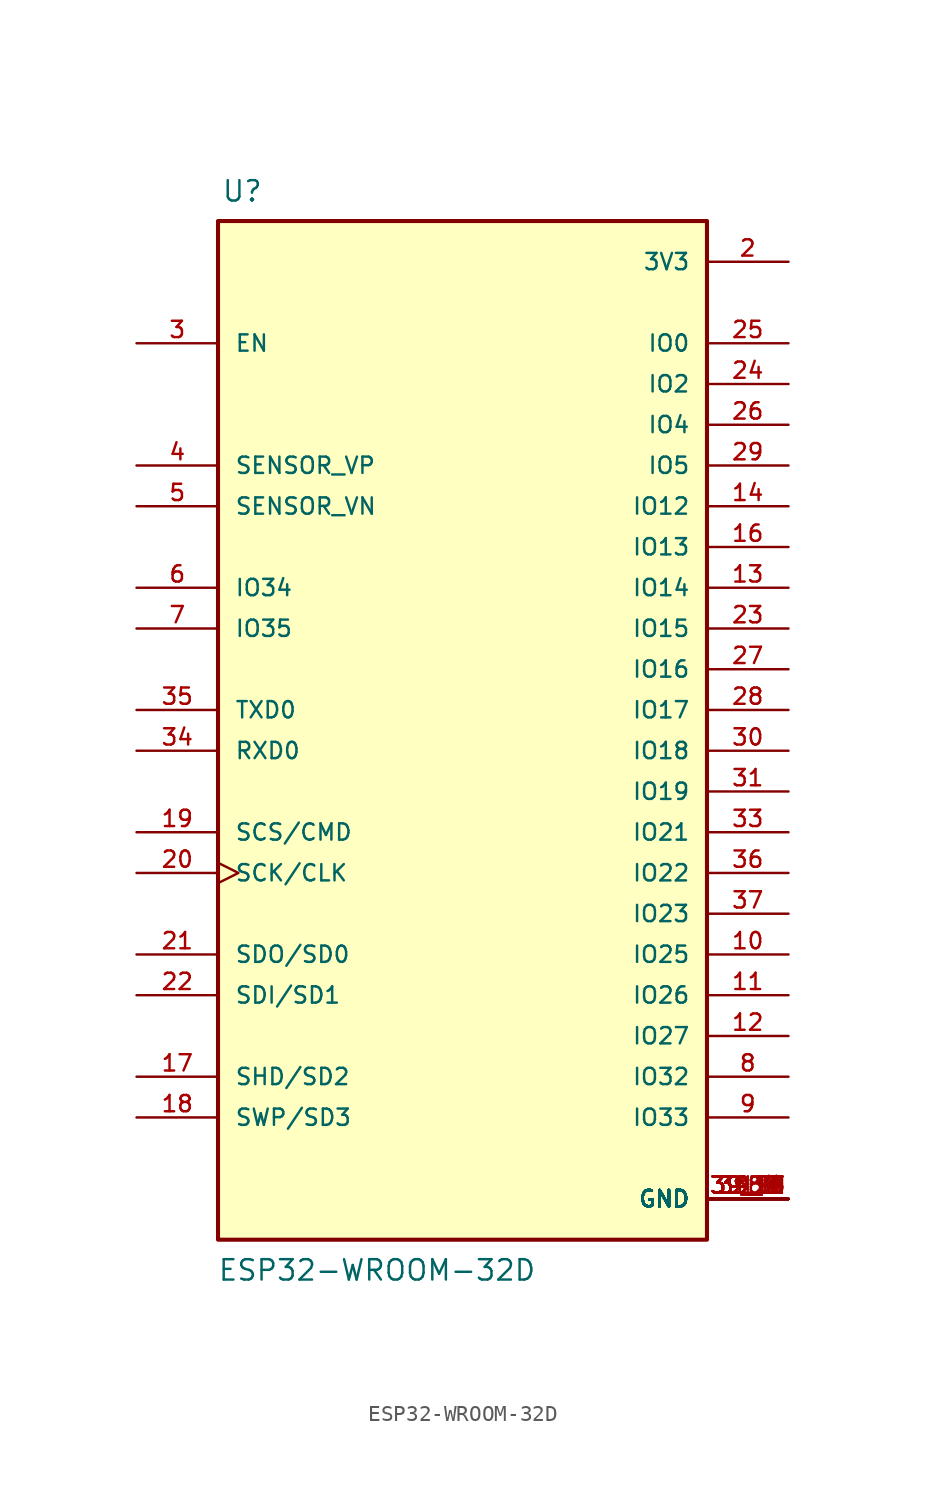
<source format=kicad_sym>
(kicad_symbol_lib
  (version 20231120)
  (generator "kicad_symbol_editor")
  (generator_version "8.0")
  (symbol "ESP32-WROOM-32D"
    (pin_names
      (offset 1.016))
    (property "Reference" "U"
      (at -15.036 31.595 0)
      (effects (font (size 1.27 1.27)) (justify left bottom)))
    (property "Value" "ESP32-WROOM-32D"
      (at -15.287 -35.668 0)
      (effects (font (size 1.27 1.27)) (justify left bottom)))
    (symbol "ESP32-WROOM-32D_0_0"
      (rectangle (start -15.24 -33.02) (end 15.24 30.48) (stroke (width 0.254) (type default)) (fill (type background)))
      (pin power_in line (at 20.32 -30.48 180) (length 5.08) (name "GND" (effects (font (size 1.016 1.016)))) (number "1" (effects (font (size 1.016 1.016)))))
      (pin bidirectional line (at 20.32 -15.24 180) (length 5.08) (name "IO25" (effects (font (size 1.016 1.016)))) (number "10" (effects (font (size 1.016 1.016)))))
      (pin bidirectional line (at 20.32 -17.78 180) (length 5.08) (name "IO26" (effects (font (size 1.016 1.016)))) (number "11" (effects (font (size 1.016 1.016)))))
      (pin bidirectional line (at 20.32 -20.32 180) (length 5.08) (name "IO27" (effects (font (size 1.016 1.016)))) (number "12" (effects (font (size 1.016 1.016)))))
      (pin bidirectional line (at 20.32 7.62 180) (length 5.08) (name "IO14" (effects (font (size 1.016 1.016)))) (number "13" (effects (font (size 1.016 1.016)))))
      (pin bidirectional line (at 20.32 12.7 180) (length 5.08) (name "IO12" (effects (font (size 1.016 1.016)))) (number "14" (effects (font (size 1.016 1.016)))))
      (pin power_in line (at 20.32 -30.48 180) (length 5.08) (name "GND" (effects (font (size 1.016 1.016)))) (number "15" (effects (font (size 1.016 1.016)))))
      (pin bidirectional line (at 20.32 10.16 180) (length 5.08) (name "IO13" (effects (font (size 1.016 1.016)))) (number "16" (effects (font (size 1.016 1.016)))))
      (pin bidirectional line (at -20.32 -22.86 0) (length 5.08) (name "SHD/SD2" (effects (font (size 1.016 1.016)))) (number "17" (effects (font (size 1.016 1.016)))))
      (pin bidirectional line (at -20.32 -25.4 0) (length 5.08) (name "SWP/SD3" (effects (font (size 1.016 1.016)))) (number "18" (effects (font (size 1.016 1.016)))))
      (pin bidirectional line (at -20.32 -7.62 0) (length 5.08) (name "SCS/CMD" (effects (font (size 1.016 1.016)))) (number "19" (effects (font (size 1.016 1.016)))))
      (pin power_in line (at 20.32 27.94 180) (length 5.08) (name "3V3" (effects (font (size 1.016 1.016)))) (number "2" (effects (font (size 1.016 1.016)))))
      (pin bidirectional clock (at -20.32 -10.16 0) (length 5.08) (name "SCK/CLK" (effects (font (size 1.016 1.016)))) (number "20" (effects (font (size 1.016 1.016)))))
      (pin bidirectional line (at -20.32 -15.24 0) (length 5.08) (name "SDO/SD0" (effects (font (size 1.016 1.016)))) (number "21" (effects (font (size 1.016 1.016)))))
      (pin bidirectional line (at -20.32 -17.78 0) (length 5.08) (name "SDI/SD1" (effects (font (size 1.016 1.016)))) (number "22" (effects (font (size 1.016 1.016)))))
      (pin bidirectional line (at 20.32 5.08 180) (length 5.08) (name "IO15" (effects (font (size 1.016 1.016)))) (number "23" (effects (font (size 1.016 1.016)))))
      (pin bidirectional line (at 20.32 20.32 180) (length 5.08) (name "IO2" (effects (font (size 1.016 1.016)))) (number "24" (effects (font (size 1.016 1.016)))))
      (pin bidirectional line (at 20.32 22.86 180) (length 5.08) (name "IO0" (effects (font (size 1.016 1.016)))) (number "25" (effects (font (size 1.016 1.016)))))
      (pin bidirectional line (at 20.32 17.78 180) (length 5.08) (name "IO4" (effects (font (size 1.016 1.016)))) (number "26" (effects (font (size 1.016 1.016)))))
      (pin bidirectional line (at 20.32 2.54 180) (length 5.08) (name "IO16" (effects (font (size 1.016 1.016)))) (number "27" (effects (font (size 1.016 1.016)))))
      (pin bidirectional line (at 20.32 0 180) (length 5.08) (name "IO17" (effects (font (size 1.016 1.016)))) (number "28" (effects (font (size 1.016 1.016)))))
      (pin bidirectional line (at 20.32 15.24 180) (length 5.08) (name "IO5" (effects (font (size 1.016 1.016)))) (number "29" (effects (font (size 1.016 1.016)))))
      (pin input line (at -20.32 22.86 0) (length 5.08) (name "EN" (effects (font (size 1.016 1.016)))) (number "3" (effects (font (size 1.016 1.016)))))
      (pin bidirectional line (at 20.32 -2.54 180) (length 5.08) (name "IO18" (effects (font (size 1.016 1.016)))) (number "30" (effects (font (size 1.016 1.016)))))
      (pin bidirectional line (at 20.32 -5.08 180) (length 5.08) (name "IO19" (effects (font (size 1.016 1.016)))) (number "31" (effects (font (size 1.016 1.016)))))
      (pin bidirectional line (at 20.32 -7.62 180) (length 5.08) (name "IO21" (effects (font (size 1.016 1.016)))) (number "33" (effects (font (size 1.016 1.016)))))
      (pin bidirectional line (at -20.32 -2.54 0) (length 5.08) (name "RXD0" (effects (font (size 1.016 1.016)))) (number "34" (effects (font (size 1.016 1.016)))))
      (pin bidirectional line (at -20.32 0 0) (length 5.08) (name "TXD0" (effects (font (size 1.016 1.016)))) (number "35" (effects (font (size 1.016 1.016)))))
      (pin bidirectional line (at 20.32 -10.16 180) (length 5.08) (name "IO22" (effects (font (size 1.016 1.016)))) (number "36" (effects (font (size 1.016 1.016)))))
      (pin bidirectional line (at 20.32 -12.7 180) (length 5.08) (name "IO23" (effects (font (size 1.016 1.016)))) (number "37" (effects (font (size 1.016 1.016)))))
      (pin power_in line (at 20.32 -30.48 180) (length 5.08) (name "GND" (effects (font (size 1.016 1.016)))) (number "38" (effects (font (size 1.016 1.016)))))
      (pin power_in line (at 20.32 -30.48 180) (length 5.08) (name "GND" (effects (font (size 1.016 1.016)))) (number "39_1" (effects (font (size 1.016 1.016)))))
      (pin power_in line (at 20.32 -30.48 180) (length 5.08) (name "GND" (effects (font (size 1.016 1.016)))) (number "39_10" (effects (font (size 1.016 1.016)))))
      (pin power_in line (at 20.32 -30.48 180) (length 5.08) (name "GND" (effects (font (size 1.016 1.016)))) (number "39_11" (effects (font (size 1.016 1.016)))))
      (pin power_in line (at 20.32 -30.48 180) (length 5.08) (name "GND" (effects (font (size 1.016 1.016)))) (number "39_12" (effects (font (size 1.016 1.016)))))
      (pin power_in line (at 20.32 -30.48 180) (length 5.08) (name "GND" (effects (font (size 1.016 1.016)))) (number "39_13" (effects (font (size 1.016 1.016)))))
      (pin power_in line (at 20.32 -30.48 180) (length 5.08) (name "GND" (effects (font (size 1.016 1.016)))) (number "39_14" (effects (font (size 1.016 1.016)))))
      (pin power_in line (at 20.32 -30.48 180) (length 5.08) (name "GND" (effects (font (size 1.016 1.016)))) (number "39_15" (effects (font (size 1.016 1.016)))))
      (pin power_in line (at 20.32 -30.48 180) (length 5.08) (name "GND" (effects (font (size 1.016 1.016)))) (number "39_16" (effects (font (size 1.016 1.016)))))
      (pin power_in line (at 20.32 -30.48 180) (length 5.08) (name "GND" (effects (font (size 1.016 1.016)))) (number "39_17" (effects (font (size 1.016 1.016)))))
      (pin power_in line (at 20.32 -30.48 180) (length 5.08) (name "GND" (effects (font (size 1.016 1.016)))) (number "39_18" (effects (font (size 1.016 1.016)))))
      (pin power_in line (at 20.32 -30.48 180) (length 5.08) (name "GND" (effects (font (size 1.016 1.016)))) (number "39_19" (effects (font (size 1.016 1.016)))))
      (pin power_in line (at 20.32 -30.48 180) (length 5.08) (name "GND" (effects (font (size 1.016 1.016)))) (number "39_2" (effects (font (size 1.016 1.016)))))
      (pin power_in line (at 20.32 -30.48 180) (length 5.08) (name "GND" (effects (font (size 1.016 1.016)))) (number "39_20" (effects (font (size 1.016 1.016)))))
      (pin power_in line (at 20.32 -30.48 180) (length 5.08) (name "GND" (effects (font (size 1.016 1.016)))) (number "39_21" (effects (font (size 1.016 1.016)))))
      (pin power_in line (at 20.32 -30.48 180) (length 5.08) (name "GND" (effects (font (size 1.016 1.016)))) (number "39_3" (effects (font (size 1.016 1.016)))))
      (pin power_in line (at 20.32 -30.48 180) (length 5.08) (name "GND" (effects (font (size 1.016 1.016)))) (number "39_4" (effects (font (size 1.016 1.016)))))
      (pin power_in line (at 20.32 -30.48 180) (length 5.08) (name "GND" (effects (font (size 1.016 1.016)))) (number "39_5" (effects (font (size 1.016 1.016)))))
      (pin power_in line (at 20.32 -30.48 180) (length 5.08) (name "GND" (effects (font (size 1.016 1.016)))) (number "39_6" (effects (font (size 1.016 1.016)))))
      (pin power_in line (at 20.32 -30.48 180) (length 5.08) (name "GND" (effects (font (size 1.016 1.016)))) (number "39_7" (effects (font (size 1.016 1.016)))))
      (pin power_in line (at 20.32 -30.48 180) (length 5.08) (name "GND" (effects (font (size 1.016 1.016)))) (number "39_8" (effects (font (size 1.016 1.016)))))
      (pin power_in line (at 20.32 -30.48 180) (length 5.08) (name "GND" (effects (font (size 1.016 1.016)))) (number "39_9" (effects (font (size 1.016 1.016)))))
      (pin input line (at -20.32 15.24 0) (length 5.08) (name "SENSOR_VP" (effects (font (size 1.016 1.016)))) (number "4" (effects (font (size 1.016 1.016)))))
      (pin input line (at -20.32 12.7 0) (length 5.08) (name "SENSOR_VN" (effects (font (size 1.016 1.016)))) (number "5" (effects (font (size 1.016 1.016)))))
      (pin input line (at -20.32 7.62 0) (length 5.08) (name "IO34" (effects (font (size 1.016 1.016)))) (number "6" (effects (font (size 1.016 1.016)))))
      (pin input line (at -20.32 5.08 0) (length 5.08) (name "IO35" (effects (font (size 1.016 1.016)))) (number "7" (effects (font (size 1.016 1.016)))))
      (pin bidirectional line (at 20.32 -22.86 180) (length 5.08) (name "IO32" (effects (font (size 1.016 1.016)))) (number "8" (effects (font (size 1.016 1.016)))))
      (pin bidirectional line (at 20.32 -25.4 180) (length 5.08) (name "IO33" (effects (font (size 1.016 1.016)))) (number "9" (effects (font (size 1.016 1.016))))))))
</source>
